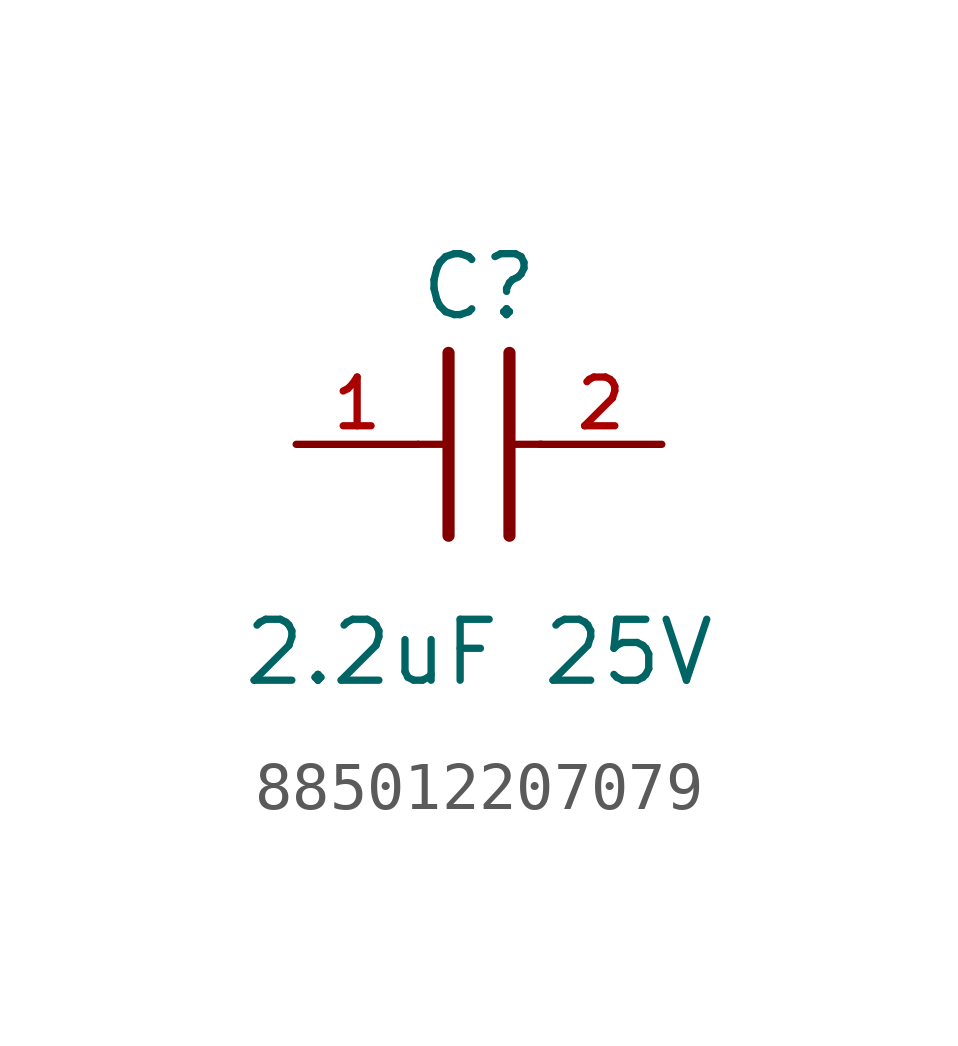
<source format=kicad_sym>
(kicad_symbol_lib
  (version 20231120)
  (generator "kicad_symbol_editor")
  (generator_version "8.0")
  (symbol "885012207079"
    (pin_names
      (offset 1.016))
    (property "Reference" "C"
      (at 1.27 2.54 0)
      (effects (font (size 1.27 1.27)) (justify bottom)))
    (property "Value" "2.2uF 25V"
      (at 1.27 -5.08 0)
      (effects (font (size 1.27 1.27)) (justify bottom)))
    (symbol "885012207079_0_0"
      (polyline (pts (xy 0 0) (xy 0.643 0)) (stroke (width 0.152) (type default)) (fill (type none)))
      (polyline (pts (xy 0.635 -1.905) (xy 0.635 1.905)) (stroke (width 0.254) (type default)) (fill (type none)))
      (polyline (pts (xy 1.905 1.905) (xy 1.905 -1.905)) (stroke (width 0.254) (type default)) (fill (type none)))
      (polyline (pts (xy 1.928 0) (xy 2.571 0)) (stroke (width 0.152) (type default)) (fill (type none)))
      (pin passive line (at -2.54 0 0) (length 2.54) (name "~" (effects (font (size 1.016 1.016)))) (number "1" (effects (font (size 1.016 1.016)))))
      (pin passive line (at 5.08 0 180) (length 2.54) (name "~" (effects (font (size 1.016 1.016)))) (number "2" (effects (font (size 1.016 1.016))))))))
</source>
